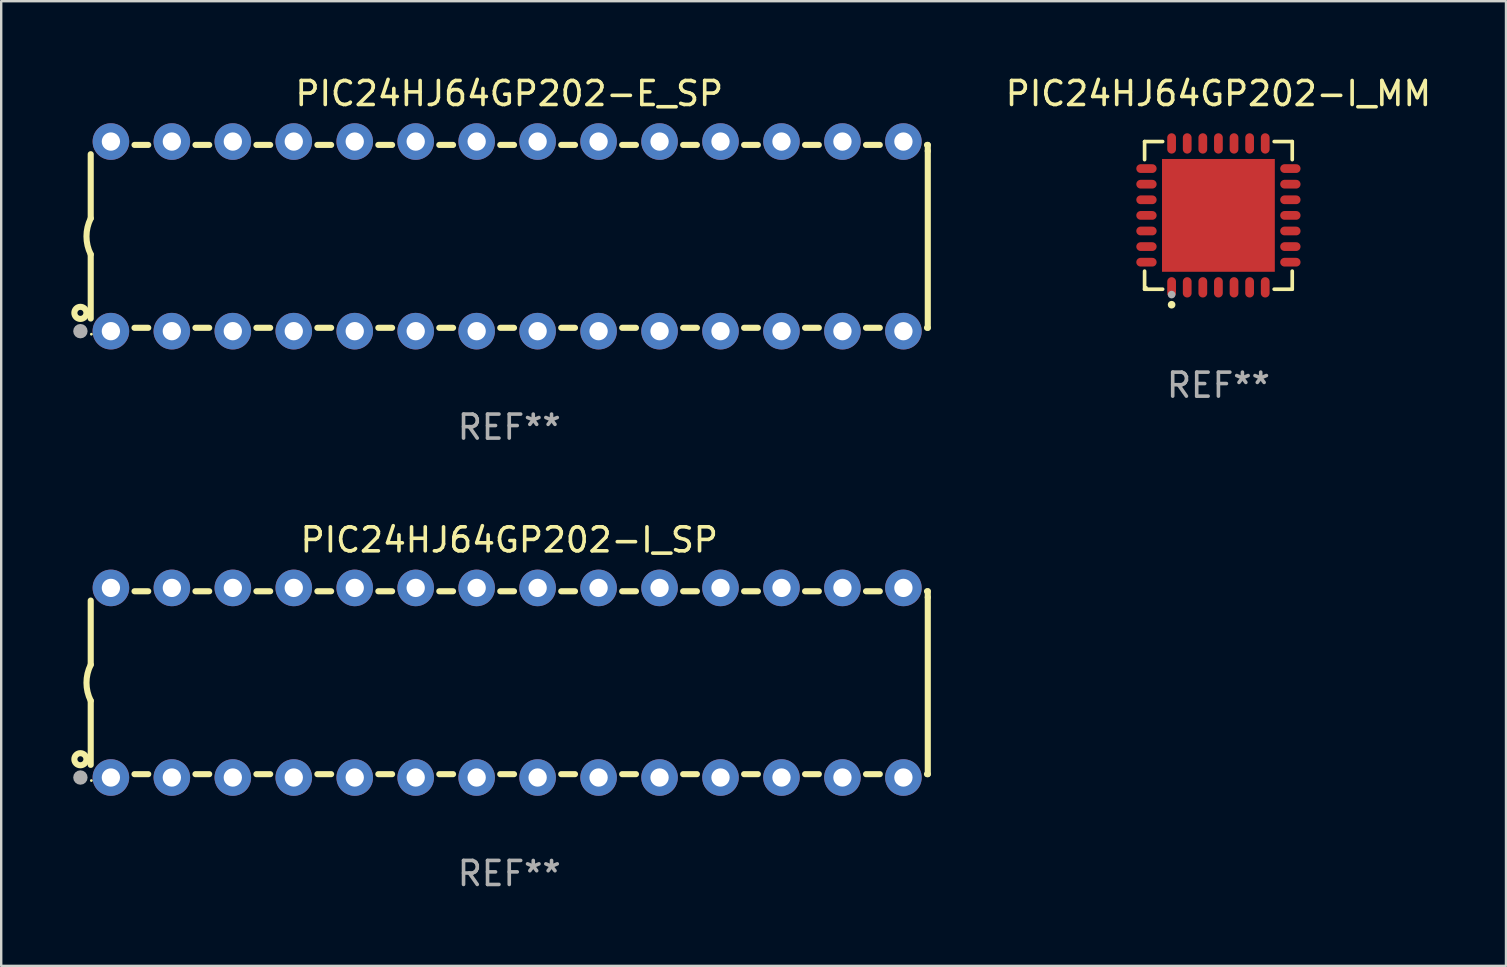
<source format=kicad_pcb>
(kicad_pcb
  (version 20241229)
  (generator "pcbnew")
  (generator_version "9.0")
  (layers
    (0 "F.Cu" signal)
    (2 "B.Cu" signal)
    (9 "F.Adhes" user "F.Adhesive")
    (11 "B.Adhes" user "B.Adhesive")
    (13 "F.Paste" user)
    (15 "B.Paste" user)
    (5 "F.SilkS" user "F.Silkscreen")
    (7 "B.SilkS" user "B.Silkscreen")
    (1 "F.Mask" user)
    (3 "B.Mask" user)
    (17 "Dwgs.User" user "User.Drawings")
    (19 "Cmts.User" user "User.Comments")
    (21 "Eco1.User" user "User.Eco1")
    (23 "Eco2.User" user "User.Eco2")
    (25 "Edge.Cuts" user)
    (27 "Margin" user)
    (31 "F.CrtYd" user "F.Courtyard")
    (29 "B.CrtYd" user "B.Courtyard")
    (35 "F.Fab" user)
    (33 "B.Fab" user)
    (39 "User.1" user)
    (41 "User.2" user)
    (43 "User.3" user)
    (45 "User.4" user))
  (footprint "PIC24HJ64GP202-E_SP"
    (layer "F.Cu")
    (at 18.168 6.798)
    (property "Reference" "PIC24HJ64GP202-E_SP" (at 0 -5.95 0) (layer "F.SilkS") (effects (font (size 1 1) (thickness 0.15))))
    (attr through_hole)
    (fp_line (start -17.438 0.75) (end -17.438 3.423) (stroke (width 0.254) (type solid)) (layer "F.SilkS"))
    (fp_line (start -17.438 -3.423) (end -17.438 -0.75) (stroke (width 0.254) (type solid)) (layer "F.SilkS"))
    (fp_line (start -15.615 3.81) (end -15.041 3.81) (stroke (width 0.254) (type solid)) (layer "F.SilkS"))
    (fp_line (start -15.041 -3.81) (end -15.614 -3.81) (stroke (width 0.254) (type solid)) (layer "F.SilkS"))
    (fp_line (start -13.075 3.81) (end -12.501 3.81) (stroke (width 0.254) (type solid)) (layer "F.SilkS"))
    (fp_line (start -12.501 -3.81) (end -13.074 -3.81) (stroke (width 0.254) (type solid)) (layer "F.SilkS"))
    (fp_line (start -10.535 3.81) (end -9.961 3.81) (stroke (width 0.254) (type solid)) (layer "F.SilkS"))
    (fp_line (start -9.961 -3.81) (end -10.534 -3.81) (stroke (width 0.254) (type solid)) (layer "F.SilkS"))
    (fp_line (start -7.995 3.81) (end -7.421 3.81) (stroke (width 0.254) (type solid)) (layer "F.SilkS"))
    (fp_line (start -7.421 -3.81) (end -7.995 -3.81) (stroke (width 0.254) (type solid)) (layer "F.SilkS"))
    (fp_line (start -5.455 3.81) (end -4.881 3.81) (stroke (width 0.254) (type solid)) (layer "F.SilkS"))
    (fp_line (start -4.881 -3.81) (end -5.455 -3.81) (stroke (width 0.254) (type solid)) (layer "F.SilkS"))
    (fp_line (start -2.915 3.81) (end -2.341 3.81) (stroke (width 0.254) (type solid)) (layer "F.SilkS"))
    (fp_line (start -2.341 -3.81) (end -2.915 -3.81) (stroke (width 0.254) (type solid)) (layer "F.SilkS"))
    (fp_line (start -0.375 3.81) (end 0.199 3.81) (stroke (width 0.254) (type solid)) (layer "F.SilkS"))
    (fp_line (start 0.199 -3.81) (end -0.375 -3.81) (stroke (width 0.254) (type solid)) (layer "F.SilkS"))
    (fp_line (start 2.165 3.81) (end 2.739 3.81) (stroke (width 0.254) (type solid)) (layer "F.SilkS"))
    (fp_line (start 2.739 -3.81) (end 2.165 -3.81) (stroke (width 0.254) (type solid)) (layer "F.SilkS"))
    (fp_line (start 4.705 3.81) (end 5.279 3.81) (stroke (width 0.254) (type solid)) (layer "F.SilkS"))
    (fp_line (start 5.279 -3.81) (end 4.705 -3.81) (stroke (width 0.254) (type solid)) (layer "F.SilkS"))
    (fp_line (start 7.245 3.81) (end 7.819 3.81) (stroke (width 0.254) (type solid)) (layer "F.SilkS"))
    (fp_line (start 7.819 -3.81) (end 7.245 -3.81) (stroke (width 0.254) (type solid)) (layer "F.SilkS"))
    (fp_line (start 9.785 3.81) (end 10.359 3.81) (stroke (width 0.254) (type solid)) (layer "F.SilkS"))
    (fp_line (start 10.359 -3.81) (end 9.785 -3.81) (stroke (width 0.254) (type solid)) (layer "F.SilkS"))
    (fp_line (start 12.325 3.81) (end 12.899 3.81) (stroke (width 0.254) (type solid)) (layer "F.SilkS"))
    (fp_line (start 12.899 -3.81) (end 12.325 -3.81) (stroke (width 0.254) (type solid)) (layer "F.SilkS"))
    (fp_line (start 14.865 3.81) (end 15.439 3.81) (stroke (width 0.254) (type solid)) (layer "F.SilkS"))
    (fp_line (start 15.439 -3.81) (end 14.865 -3.81) (stroke (width 0.254) (type solid)) (layer "F.SilkS"))
    (fp_line (start 17.405 3.81) (end 17.438 3.81) (stroke (width 0.254) (type solid)) (layer "F.SilkS"))
    (fp_line (start 17.438 -3.81) (end 17.405 -3.81) (stroke (width 0.254) (type solid)) (layer "F.SilkS"))
    (fp_line (start 17.438 -3.556) (end 17.438 -3.81) (stroke (width 0.254) (type solid)) (layer "F.SilkS"))
    (fp_line (start 17.438 3.81) (end 17.438 -3.556) (stroke (width 0.254) (type solid)) (layer "F.SilkS"))
    (fp_arc (start -17.437986 0.749657) (mid -17.614887 -0.000024) (end -17.437783 -0.749657) (stroke (width 0.254001) (type solid)) (layer "F.SilkS"))
    (fp_circle (center -17.868 3.188) (end -17.743 3.188) (stroke (width 0.254) (type solid)) (fill no) (layer "F.SilkS"))
    (fp_circle (center -17.411 4.077) (end -17.381 4.077) (stroke (width 0.06) (type solid)) (fill no) (layer "F.SilkS"))
    (fp_circle (center -17.868 3.95) (end -17.718 3.95) (stroke (width 0.3) (type solid)) (fill no) (layer "F.Fab"))
    (fp_text user "REF**" (at 0 7.95 0) (layer "F.Fab") (effects (font (size 1 1) (thickness 0.15))))
    (pad "1" thru_hole circle (at -16.598 3.95) (size 1.524 1.524) (drill 0.762) (layers "*.Cu" "*.Mask"))
    (pad "2" thru_hole circle (at -14.058 3.95) (size 1.524 1.524) (drill 0.762) (layers "*.Cu" "*.Mask"))
    (pad "3" thru_hole circle (at -11.518 3.95) (size 1.524 1.524) (drill 0.762) (layers "*.Cu" "*.Mask"))
    (pad "4" thru_hole circle (at -8.978 3.95) (size 1.524 1.524) (drill 0.762) (layers "*.Cu" "*.Mask"))
    (pad "5" thru_hole circle (at -6.438 3.95) (size 1.524 1.524) (drill 0.762) (layers "*.Cu" "*.Mask"))
    (pad "6" thru_hole circle (at -3.898 3.95) (size 1.524 1.524) (drill 0.762) (layers "*.Cu" "*.Mask"))
    (pad "7" thru_hole circle (at -1.358 3.95) (size 1.524 1.524) (drill 0.762) (layers "*.Cu" "*.Mask"))
    (pad "8" thru_hole circle (at 1.182 3.95) (size 1.524 1.524) (drill 0.762) (layers "*.Cu" "*.Mask"))
    (pad "9" thru_hole circle (at 3.722 3.95) (size 1.524 1.524) (drill 0.762) (layers "*.Cu" "*.Mask"))
    (pad "10" thru_hole circle (at 6.262 3.95) (size 1.524 1.524) (drill 0.762) (layers "*.Cu" "*.Mask"))
    (pad "11" thru_hole circle (at 8.802 3.95) (size 1.524 1.524) (drill 0.762) (layers "*.Cu" "*.Mask"))
    (pad "12" thru_hole circle (at 11.342 3.95) (size 1.524 1.524) (drill 0.762) (layers "*.Cu" "*.Mask"))
    (pad "13" thru_hole circle (at 13.882 3.95) (size 1.524 1.524) (drill 0.762) (layers "*.Cu" "*.Mask"))
    (pad "14" thru_hole circle (at 16.422 3.95) (size 1.524 1.524) (drill 0.762) (layers "*.Cu" "*.Mask"))
    (pad "15" thru_hole circle (at 16.422 -3.95) (size 1.524 1.524) (drill 0.762) (layers "*.Cu" "*.Mask"))
    (pad "16" thru_hole circle (at 13.882 -3.95) (size 1.524 1.524) (drill 0.762) (layers "*.Cu" "*.Mask"))
    (pad "17" thru_hole circle (at 11.342 -3.95) (size 1.524 1.524) (drill 0.762) (layers "*.Cu" "*.Mask"))
    (pad "18" thru_hole circle (at 8.802 -3.95) (size 1.524 1.524) (drill 0.762) (layers "*.Cu" "*.Mask"))
    (pad "19" thru_hole circle (at 6.262 -3.95) (size 1.524 1.524) (drill 0.762) (layers "*.Cu" "*.Mask"))
    (pad "20" thru_hole circle (at 3.722 -3.95) (size 1.524 1.524) (drill 0.762) (layers "*.Cu" "*.Mask"))
    (pad "21" thru_hole circle (at 1.182 -3.95) (size 1.524 1.524) (drill 0.762) (layers "*.Cu" "*.Mask"))
    (pad "22" thru_hole circle (at -1.358 -3.95) (size 1.524 1.524) (drill 0.762) (layers "*.Cu" "*.Mask"))
    (pad "23" thru_hole circle (at -3.898 -3.95) (size 1.524 1.524) (drill 0.762) (layers "*.Cu" "*.Mask"))
    (pad "24" thru_hole circle (at -6.438 -3.95) (size 1.524 1.524) (drill 0.762) (layers "*.Cu" "*.Mask"))
    (pad "25" thru_hole circle (at -8.978 -3.95) (size 1.524 1.524) (drill 0.762) (layers "*.Cu" "*.Mask"))
    (pad "26" thru_hole circle (at -11.517 -3.95) (size 1.524 1.524) (drill 0.762) (layers "*.Cu" "*.Mask"))
    (pad "27" thru_hole circle (at -14.057 -3.95) (size 1.524 1.524) (drill 0.762) (layers "*.Cu" "*.Mask"))
    (pad "28" thru_hole circle (at -16.597 -3.95) (size 1.524 1.524) (drill 0.762) (layers "*.Cu" "*.Mask")))
  (footprint "PIC24HJ64GP202-I_SP"
    (layer "F.Cu")
    (at 18.168 25.395)
    (property "Reference" "PIC24HJ64GP202-I_SP" (at 0 -5.95 0) (layer "F.SilkS") (effects (font (size 1 1) (thickness 0.15))))
    (attr through_hole)
    (fp_line (start -17.438 0.75) (end -17.438 3.423) (stroke (width 0.254) (type solid)) (layer "F.SilkS"))
    (fp_line (start -17.438 -3.423) (end -17.438 -0.75) (stroke (width 0.254) (type solid)) (layer "F.SilkS"))
    (fp_line (start -15.615 3.81) (end -15.041 3.81) (stroke (width 0.254) (type solid)) (layer "F.SilkS"))
    (fp_line (start -15.041 -3.81) (end -15.614 -3.81) (stroke (width 0.254) (type solid)) (layer "F.SilkS"))
    (fp_line (start -13.075 3.81) (end -12.501 3.81) (stroke (width 0.254) (type solid)) (layer "F.SilkS"))
    (fp_line (start -12.501 -3.81) (end -13.074 -3.81) (stroke (width 0.254) (type solid)) (layer "F.SilkS"))
    (fp_line (start -10.535 3.81) (end -9.961 3.81) (stroke (width 0.254) (type solid)) (layer "F.SilkS"))
    (fp_line (start -9.961 -3.81) (end -10.534 -3.81) (stroke (width 0.254) (type solid)) (layer "F.SilkS"))
    (fp_line (start -7.995 3.81) (end -7.421 3.81) (stroke (width 0.254) (type solid)) (layer "F.SilkS"))
    (fp_line (start -7.421 -3.81) (end -7.995 -3.81) (stroke (width 0.254) (type solid)) (layer "F.SilkS"))
    (fp_line (start -5.455 3.81) (end -4.881 3.81) (stroke (width 0.254) (type solid)) (layer "F.SilkS"))
    (fp_line (start -4.881 -3.81) (end -5.455 -3.81) (stroke (width 0.254) (type solid)) (layer "F.SilkS"))
    (fp_line (start -2.915 3.81) (end -2.341 3.81) (stroke (width 0.254) (type solid)) (layer "F.SilkS"))
    (fp_line (start -2.341 -3.81) (end -2.915 -3.81) (stroke (width 0.254) (type solid)) (layer "F.SilkS"))
    (fp_line (start -0.375 3.81) (end 0.199 3.81) (stroke (width 0.254) (type solid)) (layer "F.SilkS"))
    (fp_line (start 0.199 -3.81) (end -0.375 -3.81) (stroke (width 0.254) (type solid)) (layer "F.SilkS"))
    (fp_line (start 2.165 3.81) (end 2.739 3.81) (stroke (width 0.254) (type solid)) (layer "F.SilkS"))
    (fp_line (start 2.739 -3.81) (end 2.165 -3.81) (stroke (width 0.254) (type solid)) (layer "F.SilkS"))
    (fp_line (start 4.705 3.81) (end 5.279 3.81) (stroke (width 0.254) (type solid)) (layer "F.SilkS"))
    (fp_line (start 5.279 -3.81) (end 4.705 -3.81) (stroke (width 0.254) (type solid)) (layer "F.SilkS"))
    (fp_line (start 7.245 3.81) (end 7.819 3.81) (stroke (width 0.254) (type solid)) (layer "F.SilkS"))
    (fp_line (start 7.819 -3.81) (end 7.245 -3.81) (stroke (width 0.254) (type solid)) (layer "F.SilkS"))
    (fp_line (start 9.785 3.81) (end 10.359 3.81) (stroke (width 0.254) (type solid)) (layer "F.SilkS"))
    (fp_line (start 10.359 -3.81) (end 9.785 -3.81) (stroke (width 0.254) (type solid)) (layer "F.SilkS"))
    (fp_line (start 12.325 3.81) (end 12.899 3.81) (stroke (width 0.254) (type solid)) (layer "F.SilkS"))
    (fp_line (start 12.899 -3.81) (end 12.325 -3.81) (stroke (width 0.254) (type solid)) (layer "F.SilkS"))
    (fp_line (start 14.865 3.81) (end 15.439 3.81) (stroke (width 0.254) (type solid)) (layer "F.SilkS"))
    (fp_line (start 15.439 -3.81) (end 14.865 -3.81) (stroke (width 0.254) (type solid)) (layer "F.SilkS"))
    (fp_line (start 17.405 3.81) (end 17.438 3.81) (stroke (width 0.254) (type solid)) (layer "F.SilkS"))
    (fp_line (start 17.438 -3.81) (end 17.405 -3.81) (stroke (width 0.254) (type solid)) (layer "F.SilkS"))
    (fp_line (start 17.438 -3.556) (end 17.438 -3.81) (stroke (width 0.254) (type solid)) (layer "F.SilkS"))
    (fp_line (start 17.438 3.81) (end 17.438 -3.556) (stroke (width 0.254) (type solid)) (layer "F.SilkS"))
    (fp_arc (start -17.437986 0.749657) (mid -17.614887 -0.000024) (end -17.437783 -0.749657) (stroke (width 0.254001) (type solid)) (layer "F.SilkS"))
    (fp_circle (center -17.868 3.188) (end -17.743 3.188) (stroke (width 0.254) (type solid)) (fill no) (layer "F.SilkS"))
    (fp_circle (center -17.411 4.077) (end -17.381 4.077) (stroke (width 0.06) (type solid)) (fill no) (layer "F.SilkS"))
    (fp_circle (center -17.868 3.95) (end -17.718 3.95) (stroke (width 0.3) (type solid)) (fill no) (layer "F.Fab"))
    (fp_text user "REF**" (at 0 7.95 0) (layer "F.Fab") (effects (font (size 1 1) (thickness 0.15))))
    (pad "1" thru_hole circle (at -16.598 3.95) (size 1.524 1.524) (drill 0.762) (layers "*.Cu" "*.Mask"))
    (pad "2" thru_hole circle (at -14.058 3.95) (size 1.524 1.524) (drill 0.762) (layers "*.Cu" "*.Mask"))
    (pad "3" thru_hole circle (at -11.518 3.95) (size 1.524 1.524) (drill 0.762) (layers "*.Cu" "*.Mask"))
    (pad "4" thru_hole circle (at -8.978 3.95) (size 1.524 1.524) (drill 0.762) (layers "*.Cu" "*.Mask"))
    (pad "5" thru_hole circle (at -6.438 3.95) (size 1.524 1.524) (drill 0.762) (layers "*.Cu" "*.Mask"))
    (pad "6" thru_hole circle (at -3.898 3.95) (size 1.524 1.524) (drill 0.762) (layers "*.Cu" "*.Mask"))
    (pad "7" thru_hole circle (at -1.358 3.95) (size 1.524 1.524) (drill 0.762) (layers "*.Cu" "*.Mask"))
    (pad "8" thru_hole circle (at 1.182 3.95) (size 1.524 1.524) (drill 0.762) (layers "*.Cu" "*.Mask"))
    (pad "9" thru_hole circle (at 3.722 3.95) (size 1.524 1.524) (drill 0.762) (layers "*.Cu" "*.Mask"))
    (pad "10" thru_hole circle (at 6.262 3.95) (size 1.524 1.524) (drill 0.762) (layers "*.Cu" "*.Mask"))
    (pad "11" thru_hole circle (at 8.802 3.95) (size 1.524 1.524) (drill 0.762) (layers "*.Cu" "*.Mask"))
    (pad "12" thru_hole circle (at 11.342 3.95) (size 1.524 1.524) (drill 0.762) (layers "*.Cu" "*.Mask"))
    (pad "13" thru_hole circle (at 13.882 3.95) (size 1.524 1.524) (drill 0.762) (layers "*.Cu" "*.Mask"))
    (pad "14" thru_hole circle (at 16.422 3.95) (size 1.524 1.524) (drill 0.762) (layers "*.Cu" "*.Mask"))
    (pad "15" thru_hole circle (at 16.422 -3.95) (size 1.524 1.524) (drill 0.762) (layers "*.Cu" "*.Mask"))
    (pad "16" thru_hole circle (at 13.882 -3.95) (size 1.524 1.524) (drill 0.762) (layers "*.Cu" "*.Mask"))
    (pad "17" thru_hole circle (at 11.342 -3.95) (size 1.524 1.524) (drill 0.762) (layers "*.Cu" "*.Mask"))
    (pad "18" thru_hole circle (at 8.802 -3.95) (size 1.524 1.524) (drill 0.762) (layers "*.Cu" "*.Mask"))
    (pad "19" thru_hole circle (at 6.262 -3.95) (size 1.524 1.524) (drill 0.762) (layers "*.Cu" "*.Mask"))
    (pad "20" thru_hole circle (at 3.722 -3.95) (size 1.524 1.524) (drill 0.762) (layers "*.Cu" "*.Mask"))
    (pad "21" thru_hole circle (at 1.182 -3.95) (size 1.524 1.524) (drill 0.762) (layers "*.Cu" "*.Mask"))
    (pad "22" thru_hole circle (at -1.358 -3.95) (size 1.524 1.524) (drill 0.762) (layers "*.Cu" "*.Mask"))
    (pad "23" thru_hole circle (at -3.898 -3.95) (size 1.524 1.524) (drill 0.762) (layers "*.Cu" "*.Mask"))
    (pad "24" thru_hole circle (at -6.438 -3.95) (size 1.524 1.524) (drill 0.762) (layers "*.Cu" "*.Mask"))
    (pad "25" thru_hole circle (at -8.978 -3.95) (size 1.524 1.524) (drill 0.762) (layers "*.Cu" "*.Mask"))
    (pad "26" thru_hole circle (at -11.517 -3.95) (size 1.524 1.524) (drill 0.762) (layers "*.Cu" "*.Mask"))
    (pad "27" thru_hole circle (at -14.057 -3.95) (size 1.524 1.524) (drill 0.762) (layers "*.Cu" "*.Mask"))
    (pad "28" thru_hole circle (at -16.597 -3.95) (size 1.524 1.524) (drill 0.762) (layers "*.Cu" "*.Mask")))
  (footprint "PIC24HJ64GP202-I_MM"
    (layer "F.Cu")
    (at 47.715 5.924)
    (property "Reference" "PIC24HJ64GP202-I_MM" (at 0 -5.076 0) (layer "F.SilkS") (effects (font (size 1 1) (thickness 0.15))))
    (attr through_hole)
    (fp_line (start -3.076 -3.076) (end -2.323 -3.076) (stroke (width 0.152) (type solid)) (layer "F.SilkS"))
    (fp_line (start -3.076 -2.323) (end -3.076 -3.076) (stroke (width 0.152) (type solid)) (layer "F.SilkS"))
    (fp_line (start -3.076 2.323) (end -3.076 3.076) (stroke (width 0.152) (type solid)) (layer "F.SilkS"))
    (fp_line (start -3.076 3.076) (end -2.323 3.076) (stroke (width 0.152) (type solid)) (layer "F.SilkS"))
    (fp_line (start 3.076 -3.076) (end 2.323 -3.076) (stroke (width 0.152) (type solid)) (layer "F.SilkS"))
    (fp_line (start 3.076 -2.323) (end 3.076 -3.076) (stroke (width 0.152) (type solid)) (layer "F.SilkS"))
    (fp_line (start 3.076 2.323) (end 3.076 3.076) (stroke (width 0.152) (type solid)) (layer "F.SilkS"))
    (fp_line (start 3.076 3.076) (end 2.323 3.076) (stroke (width 0.152) (type solid)) (layer "F.SilkS"))
    (fp_circle (center -3 3) (end -2.97 3) (stroke (width 0.06) (type solid)) (fill no) (layer "F.SilkS"))
    (fp_circle (center -1.95 3.722) (end -1.87 3.722) (stroke (width 0.16) (type solid)) (fill no) (layer "F.SilkS"))
    (fp_circle (center -1.95 3.3) (end -1.87 3.3) (stroke (width 0.16) (type solid)) (fill no) (layer "F.Fab"))
    (fp_text user "REF**" (at 0 7.076 0) (layer "F.Fab") (effects (font (size 1 1) (thickness 0.15))))
    (pad "1" smd oval (at -1.95 2.998) (size 0.364 0.847) (layers "F.Cu" "F.Mask" "F.Paste"))
    (pad "2" smd oval (at -1.3 2.998) (size 0.364 0.847) (layers "F.Cu" "F.Mask" "F.Paste"))
    (pad "3" smd oval (at -0.65 2.998) (size 0.364 0.847) (layers "F.Cu" "F.Mask" "F.Paste"))
    (pad "4" smd oval (at 0 2.998) (size 0.364 0.847) (layers "F.Cu" "F.Mask" "F.Paste"))
    (pad "5" smd oval (at 0.65 2.998) (size 0.364 0.847) (layers "F.Cu" "F.Mask" "F.Paste"))
    (pad "6" smd oval (at 1.3 2.998) (size 0.364 0.847) (layers "F.Cu" "F.Mask" "F.Paste"))
    (pad "7" smd oval (at 1.95 2.998) (size 0.364 0.847) (layers "F.Cu" "F.Mask" "F.Paste"))
    (pad "8" smd oval (at 2.998 1.95) (size 0.847 0.364) (layers "F.Cu" "F.Mask" "F.Paste"))
    (pad "9" smd oval (at 2.998 1.3) (size 0.847 0.364) (layers "F.Cu" "F.Mask" "F.Paste"))
    (pad "10" smd oval (at 2.998 0.65) (size 0.847 0.364) (layers "F.Cu" "F.Mask" "F.Paste"))
    (pad "11" smd oval (at 2.998 0) (size 0.847 0.364) (layers "F.Cu" "F.Mask" "F.Paste"))
    (pad "12" smd oval (at 2.998 -0.65) (size 0.847 0.364) (layers "F.Cu" "F.Mask" "F.Paste"))
    (pad "13" smd oval (at 2.998 -1.3) (size 0.847 0.364) (layers "F.Cu" "F.Mask" "F.Paste"))
    (pad "14" smd oval (at 2.998 -1.95) (size 0.847 0.364) (layers "F.Cu" "F.Mask" "F.Paste"))
    (pad "15" smd oval (at 1.95 -2.998) (size 0.364 0.847) (layers "F.Cu" "F.Mask" "F.Paste"))
    (pad "16" smd oval (at 1.3 -2.998) (size 0.364 0.847) (layers "F.Cu" "F.Mask" "F.Paste"))
    (pad "17" smd oval (at 0.65 -2.998) (size 0.364 0.847) (layers "F.Cu" "F.Mask" "F.Paste"))
    (pad "18" smd oval (at 0 -2.998) (size 0.364 0.847) (layers "F.Cu" "F.Mask" "F.Paste"))
    (pad "19" smd oval (at -0.65 -2.998) (size 0.364 0.847) (layers "F.Cu" "F.Mask" "F.Paste"))
    (pad "20" smd oval (at -1.3 -2.998) (size 0.364 0.847) (layers "F.Cu" "F.Mask" "F.Paste"))
    (pad "21" smd oval (at -1.95 -2.998) (size 0.364 0.847) (layers "F.Cu" "F.Mask" "F.Paste"))
    (pad "22" smd oval (at -2.998 -1.95) (size 0.847 0.364) (layers "F.Cu" "F.Mask" "F.Paste"))
    (pad "23" smd oval (at -2.998 -1.3) (size 0.847 0.364) (layers "F.Cu" "F.Mask" "F.Paste"))
    (pad "24" smd oval (at -2.998 -0.65) (size 0.847 0.364) (layers "F.Cu" "F.Mask" "F.Paste"))
    (pad "25" smd oval (at -2.998 0) (size 0.847 0.364) (layers "F.Cu" "F.Mask" "F.Paste"))
    (pad "26" smd oval (at -2.998 0.65) (size 0.847 0.364) (layers "F.Cu" "F.Mask" "F.Paste"))
    (pad "27" smd oval (at -2.998 1.3) (size 0.847 0.364) (layers "F.Cu" "F.Mask" "F.Paste"))
    (pad "28" smd oval (at -2.998 1.95) (size 0.847 0.364) (layers "F.Cu" "F.Mask" "F.Paste"))
    (pad "29" smd rect (at 0 0) (size 4.7 4.7) (layers "F.Cu" "F.Mask" "F.Paste")))
  (gr_rect
    (start -3 -3)
    (end 59.697 37.193)
    (stroke (width 0.1) (type default))
    (fill no)
    (layer "Edge.Cuts")))
</source>
